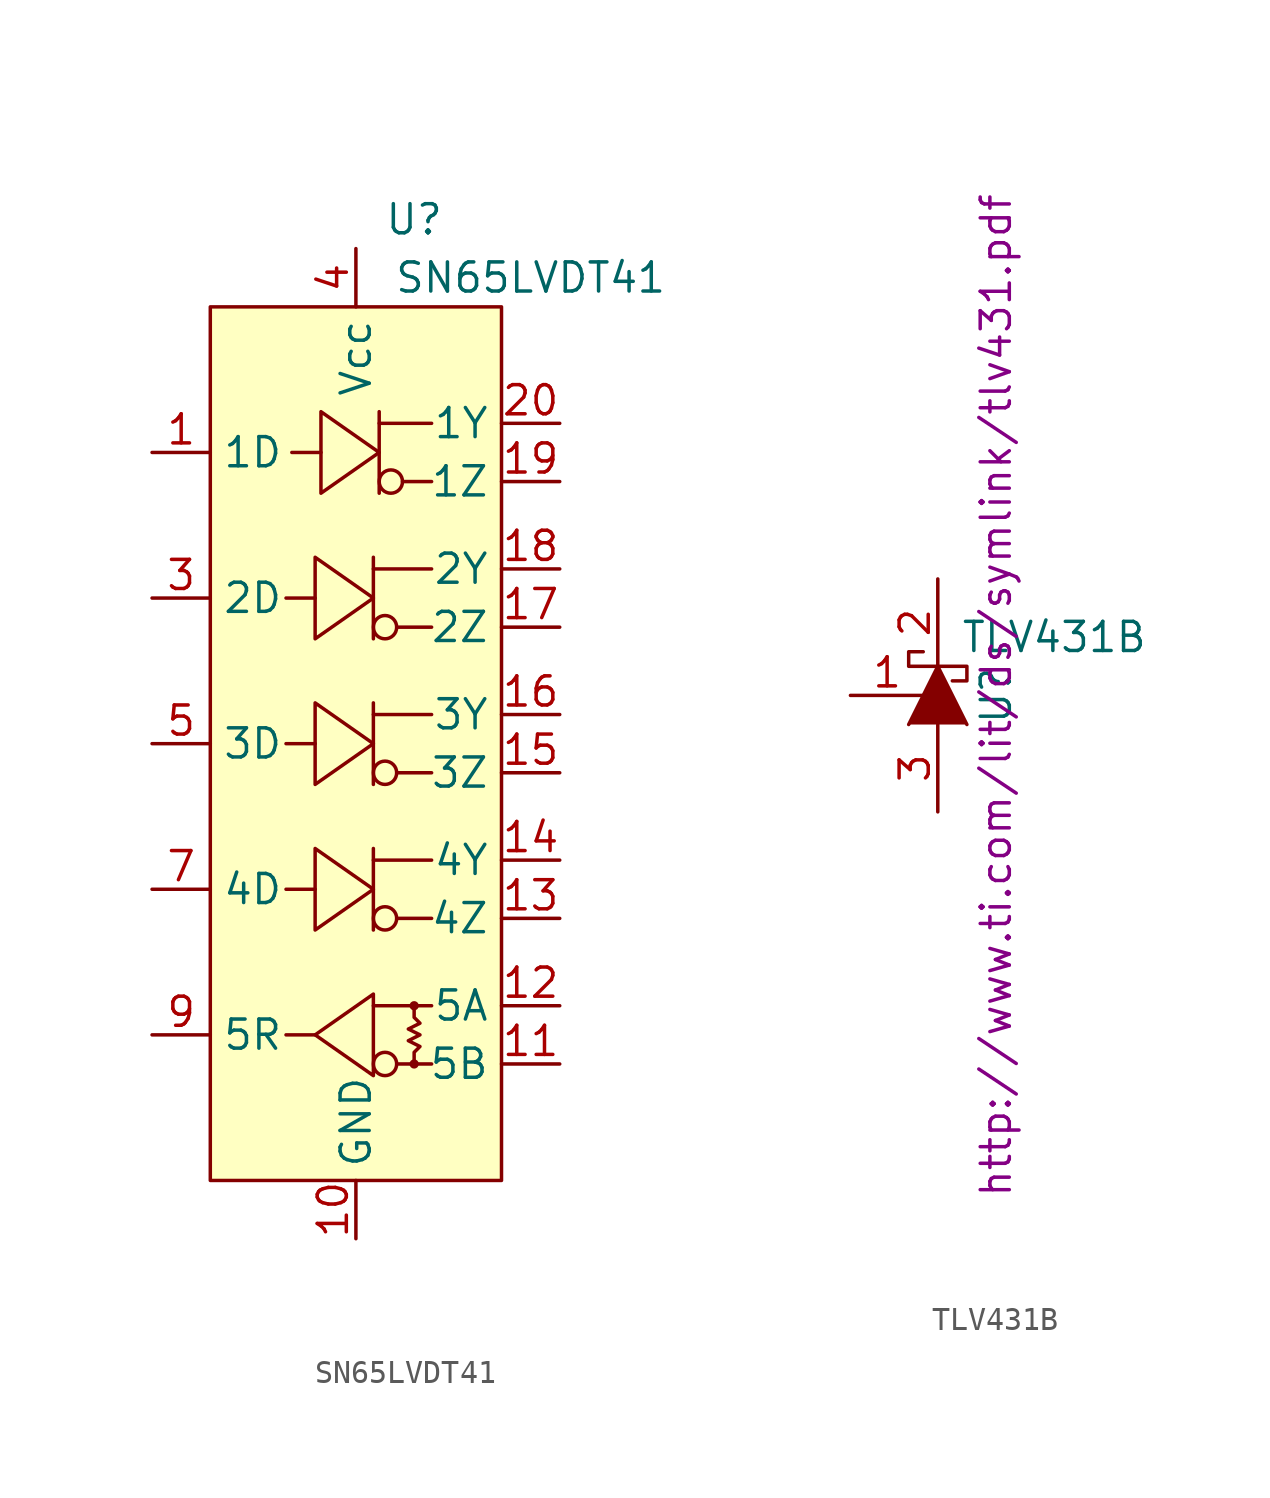
<source format=kicad_sym>
(kicad_symbol_lib
  (version 20211014)
  (generator kicad_symbol_editor)
  (symbol "SN65LVDT41"
    (property "Reference" "U"
      (at 2.54 22.86 0)
      (effects (font (size 1.27 1.27))))
    (property "Value" "SN65LVDT41"
      (at 7.62 20.32 0)
      (effects (font (size 1.27 1.27))))
    (symbol "SN65LVDT41_0_1"
      (rectangle (start -6.35 19.05) (end 6.35 -19.05) (stroke (width 0) (type default) (color 0 0 0 0)) (fill (type background)))
      (polyline (pts (xy -1.778 -12.7) (xy -3.048 -12.7)) (stroke (width 0) (type default) (color 0 0 0 0)) (fill (type none)))
      (polyline (pts (xy -1.778 -6.35) (xy -3.048 -6.35)) (stroke (width 0) (type default) (color 0 0 0 0)) (fill (type none)))
      (polyline (pts (xy -1.778 0) (xy -3.048 0)) (stroke (width 0) (type default) (color 0 0 0 0)) (fill (type none)))
      (polyline (pts (xy -1.778 6.35) (xy -3.048 6.35)) (stroke (width 0) (type default) (color 0 0 0 0)) (fill (type none)))
      (polyline (pts (xy -1.524 12.7) (xy -2.794 12.7)) (stroke (width 0) (type default) (color 0 0 0 0)) (fill (type none)))
      (polyline (pts (xy 0.762 -11.43) (xy 3.302 -11.43)) (stroke (width 0) (type default) (color 0 0 0 0)) (fill (type none)))
      (polyline (pts (xy 0.762 -5.08) (xy 3.302 -5.08)) (stroke (width 0) (type default) (color 0 0 0 0)) (fill (type none)))
      (polyline (pts (xy 0.762 -4.572) (xy 0.762 -8.128)) (stroke (width 0) (type default) (color 0 0 0 0)) (fill (type none)))
      (polyline (pts (xy 0.762 1.27) (xy 3.302 1.27)) (stroke (width 0) (type default) (color 0 0 0 0)) (fill (type none)))
      (polyline (pts (xy 0.762 1.778) (xy 0.762 -1.778)) (stroke (width 0) (type default) (color 0 0 0 0)) (fill (type none)))
      (polyline (pts (xy 0.762 7.62) (xy 3.302 7.62)) (stroke (width 0) (type default) (color 0 0 0 0)) (fill (type none)))
      (polyline (pts (xy 0.762 8.128) (xy 0.762 4.572)) (stroke (width 0) (type default) (color 0 0 0 0)) (fill (type none)))
      (polyline (pts (xy 1.016 13.97) (xy 3.302 13.97)) (stroke (width 0) (type default) (color 0 0 0 0)) (fill (type none)))
      (polyline (pts (xy 1.016 14.478) (xy 1.016 10.922)) (stroke (width 0) (type default) (color 0 0 0 0)) (fill (type none)))
      (polyline (pts (xy 1.778 -13.97) (xy 3.302 -13.97)) (stroke (width 0) (type default) (color 0 0 0 0)) (fill (type none)))
      (polyline (pts (xy 1.778 -7.62) (xy 3.302 -7.62)) (stroke (width 0) (type default) (color 0 0 0 0)) (fill (type none)))
      (polyline (pts (xy 1.778 -1.27) (xy 3.302 -1.27)) (stroke (width 0) (type default) (color 0 0 0 0)) (fill (type none)))
      (polyline (pts (xy 1.778 5.08) (xy 3.302 5.08)) (stroke (width 0) (type default) (color 0 0 0 0)) (fill (type none)))
      (polyline (pts (xy 2.032 11.43) (xy 3.302 11.43)) (stroke (width 0) (type default) (color 0 0 0 0)) (fill (type none)))
      (polyline (pts (xy -1.778 -8.128) (xy -1.778 -4.572) (xy 0.762 -6.35) (xy -1.778 -8.128)) (stroke (width 0) (type default) (color 0 0 0 0)) (fill (type background)))
      (polyline (pts (xy -1.778 -1.778) (xy -1.778 1.778) (xy 0.762 0) (xy -1.778 -1.778)) (stroke (width 0) (type default) (color 0 0 0 0)) (fill (type background)))
      (polyline (pts (xy -1.778 4.572) (xy -1.778 8.128) (xy 0.762 6.35) (xy -1.778 4.572)) (stroke (width 0) (type default) (color 0 0 0 0)) (fill (type background)))
      (polyline (pts (xy -1.524 10.922) (xy -1.524 14.478) (xy 1.016 12.7) (xy -1.524 10.922)) (stroke (width 0) (type default) (color 0 0 0 0)) (fill (type background)))
      (polyline (pts (xy 0.762 -10.922) (xy 0.762 -14.478) (xy -1.778 -12.7) (xy 0.762 -10.922)) (stroke (width 0) (type default) (color 0 0 0 0)) (fill (type background)))
      (polyline (pts (xy 2.54 -11.43) (xy 2.54 -11.938) (xy 2.794 -12.192) (xy 2.286 -12.446) (xy 2.794 -12.7) (xy 2.286 -12.954) (xy 2.794 -13.208) (xy 2.54 -13.462) (xy 2.54 -13.97)) (stroke (width 0) (type default) (color 0 0 0 0)) (fill (type none)))
      (circle (center 1.27 -13.97) (radius 0.508) (stroke (width 0) (type default) (color 0 0 0 0)) (fill (type none)))
      (circle (center 1.27 -7.62) (radius 0.508) (stroke (width 0) (type default) (color 0 0 0 0)) (fill (type none)))
      (circle (center 1.27 -1.27) (radius 0.508) (stroke (width 0) (type default) (color 0 0 0 0)) (fill (type none)))
      (circle (center 1.27 5.08) (radius 0.508) (stroke (width 0) (type default) (color 0 0 0 0)) (fill (type none)))
      (circle (center 1.524 11.43) (radius 0.508) (stroke (width 0) (type default) (color 0 0 0 0)) (fill (type none)))
      (circle (center 2.54 -13.97) (radius 0.127) (stroke (width 0) (type default) (color 0 0 0 0)) (fill (type none)))
      (circle (center 2.54 -11.43) (radius 0.127) (stroke (width 0) (type default) (color 0 0 0 0)) (fill (type none))))
    (symbol "SN65LVDT41_1_1"
      (pin input line (at -8.89 12.7 0) (length 2.54) (name "1D" (effects (font (size 1.27 1.27)))) (number "1" (effects (font (size 1.27 1.27)))))
      (pin power_in line (at 0 -21.59 90) (length 2.54) (name "GND" (effects (font (size 1.27 1.27)))) (number "10" (effects (font (size 1.27 1.27)))))
      (pin output line (at 8.89 -13.97 180) (length 2.54) (name "5B" (effects (font (size 1.27 1.27)))) (number "11" (effects (font (size 1.27 1.27)))))
      (pin output line (at 8.89 -11.43 180) (length 2.54) (name "5A" (effects (font (size 1.27 1.27)))) (number "12" (effects (font (size 1.27 1.27)))))
      (pin output line (at 8.89 -7.62 180) (length 2.54) (name "4Z" (effects (font (size 1.27 1.27)))) (number "13" (effects (font (size 1.27 1.27)))))
      (pin output line (at 8.89 -5.08 180) (length 2.54) (name "4Y" (effects (font (size 1.27 1.27)))) (number "14" (effects (font (size 1.27 1.27)))))
      (pin output line (at 8.89 -1.27 180) (length 2.54) (name "3Z" (effects (font (size 1.27 1.27)))) (number "15" (effects (font (size 1.27 1.27)))))
      (pin output line (at 8.89 1.27 180) (length 2.54) (name "3Y" (effects (font (size 1.27 1.27)))) (number "16" (effects (font (size 1.27 1.27)))))
      (pin output line (at 8.89 5.08 180) (length 2.54) (name "2Z" (effects (font (size 1.27 1.27)))) (number "17" (effects (font (size 1.27 1.27)))))
      (pin output line (at 8.89 7.62 180) (length 2.54) (name "2Y" (effects (font (size 1.27 1.27)))) (number "18" (effects (font (size 1.27 1.27)))))
      (pin output line (at 8.89 11.43 180) (length 2.54) (name "1Z" (effects (font (size 1.27 1.27)))) (number "19" (effects (font (size 1.27 1.27)))))
      (pin power_in line (at 0 -21.59 90) (length 2.54) hide (name "GND" (effects (font (size 1.27 1.27)))) (number "2" (effects (font (size 1.27 1.27)))))
      (pin output line (at 8.89 13.97 180) (length 2.54) (name "1Y" (effects (font (size 1.27 1.27)))) (number "20" (effects (font (size 1.27 1.27)))))
      (pin input line (at -8.89 6.35 0) (length 2.54) (name "2D" (effects (font (size 1.27 1.27)))) (number "3" (effects (font (size 1.27 1.27)))))
      (pin power_in line (at 0 21.59 270) (length 2.54) (name "Vcc" (effects (font (size 1.27 1.27)))) (number "4" (effects (font (size 1.27 1.27)))))
      (pin input line (at -8.89 0 0) (length 2.54) (name "3D" (effects (font (size 1.27 1.27)))) (number "5" (effects (font (size 1.27 1.27)))))
      (pin power_in line (at 0 -21.59 90) (length 2.54) hide (name "GND" (effects (font (size 1.27 1.27)))) (number "6" (effects (font (size 1.27 1.27)))))
      (pin input line (at -8.89 -6.35 0) (length 2.54) (name "4D" (effects (font (size 1.27 1.27)))) (number "7" (effects (font (size 1.27 1.27)))))
      (pin power_in line (at 0 21.59 270) (length 2.54) hide (name "Vcc" (effects (font (size 1.27 1.27)))) (number "8" (effects (font (size 1.27 1.27)))))
      (pin output line (at -8.89 -12.7 0) (length 2.54) (name "5R" (effects (font (size 1.27 1.27)))) (number "9" (effects (font (size 1.27 1.27)))))))
  (symbol "TLV431B"
    (pin_names
      (offset 1.016) hide)
    (property "Reference" "U"
      (at 2.54 0 90)
      (effects (font (size 1.27 1.27))))
    (property "Value" "TLV431B"
      (at 5.08 2.54 0)
      (effects (font (size 1.27 1.27))))
    (property "Footprint" ""
      (at 0 2.54 90)
      (effects (font (size 1.27 1.27))))
    (property "Datasheet" "http://www.ti.com/lit/ds/symlink/tlv431.pdf"
      (at 2.54 0 90)
      (effects (font (size 1.27 1.27))))
    (symbol "TLV431B_0_1"
      (polyline (pts (xy 1.27 -1.27) (xy 0 1.27) (xy -1.27 -1.27)) (stroke (width 0) (type default) (color 0 0 0 0)) (fill (type outline)))
      (polyline (pts (xy 0.635 0.635) (xy 1.27 0.635) (xy 1.27 1.27) (xy -1.27 1.27) (xy -1.27 1.905) (xy -0.635 1.905)) (stroke (width 0) (type default) (color 0 0 0 0)) (fill (type none))))
    (symbol "TLV431B_1_1"
      (pin passive line (at -3.81 0 0) (length 3.2) (name "REF" (effects (font (size 1.27 1.27)))) (number "1" (effects (font (size 1.27 1.27)))))
      (pin passive line (at 0 5.08 270) (length 3.81) (name "C" (effects (font (size 1.27 1.27)))) (number "2" (effects (font (size 1.27 1.27)))))
      (pin passive line (at 0 -5.08 90) (length 3.81) (name "A" (effects (font (size 1.27 1.27)))) (number "3" (effects (font (size 1.27 1.27))))))))
</source>
